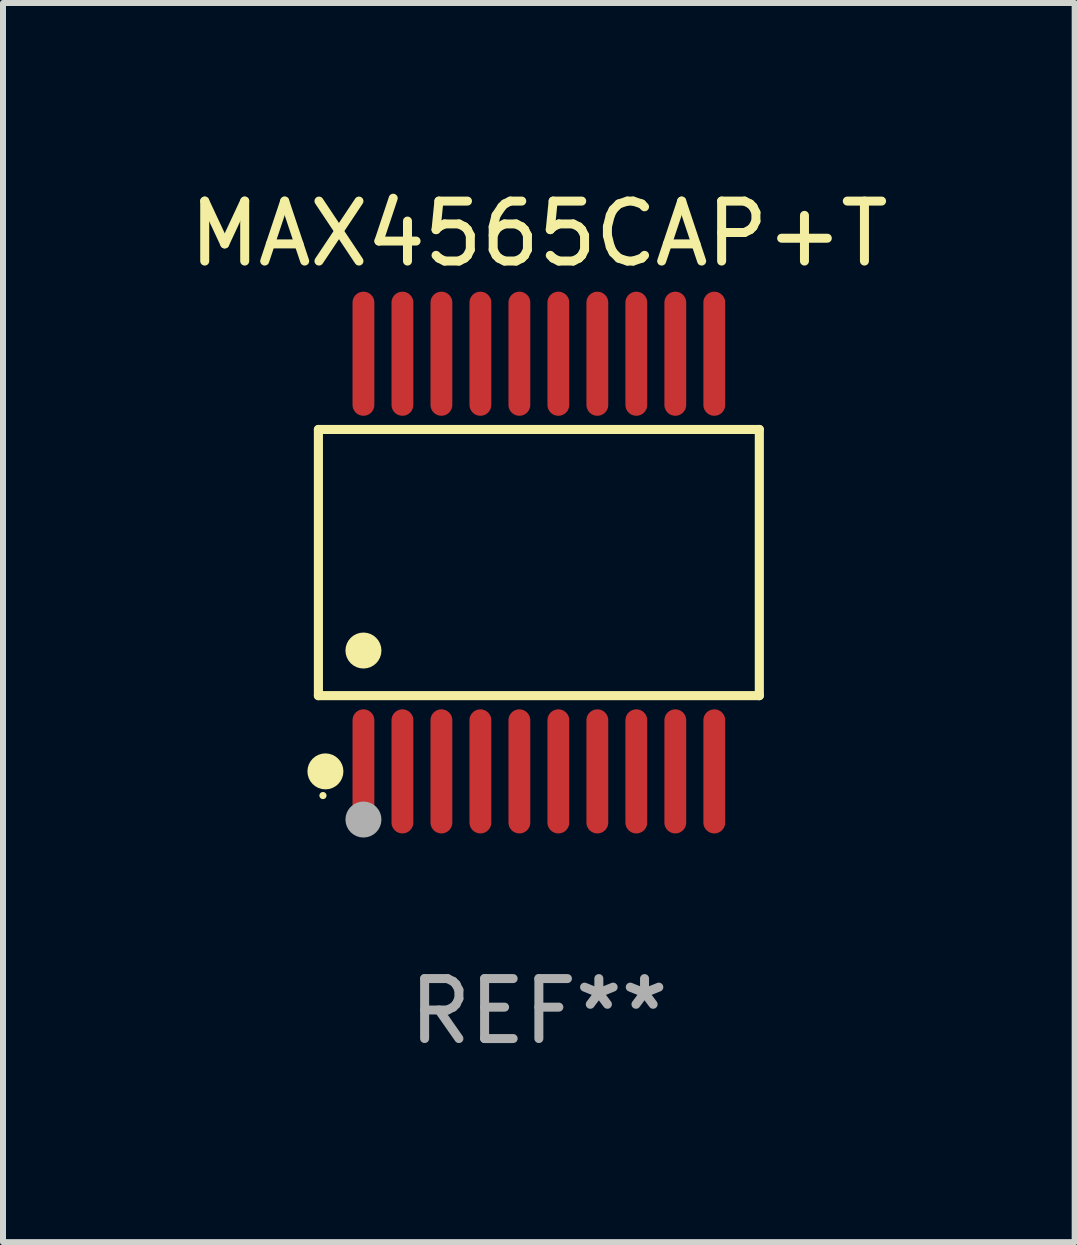
<source format=kicad_pcb>
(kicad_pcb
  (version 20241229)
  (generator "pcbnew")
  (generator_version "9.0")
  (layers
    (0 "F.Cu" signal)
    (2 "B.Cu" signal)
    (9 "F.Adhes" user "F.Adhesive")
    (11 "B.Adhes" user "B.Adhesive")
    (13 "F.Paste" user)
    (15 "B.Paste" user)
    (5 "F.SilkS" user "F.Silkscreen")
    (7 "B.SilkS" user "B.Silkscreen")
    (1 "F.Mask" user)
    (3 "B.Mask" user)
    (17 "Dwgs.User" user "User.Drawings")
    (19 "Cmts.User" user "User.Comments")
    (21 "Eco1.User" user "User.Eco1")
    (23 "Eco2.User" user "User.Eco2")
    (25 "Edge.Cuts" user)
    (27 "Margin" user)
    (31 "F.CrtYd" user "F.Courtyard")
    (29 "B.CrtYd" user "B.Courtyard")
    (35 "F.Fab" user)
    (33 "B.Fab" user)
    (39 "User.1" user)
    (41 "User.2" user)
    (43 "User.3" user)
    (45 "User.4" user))
  (footprint "MAX4565CAP+T"
    (layer "F.Cu")
    (at 5.935 6.33)
    (property "Reference" "MAX4565CAP+T" (at 0 -5.482 0) (layer "F.SilkS") (effects (font (size 1 1) (thickness 0.15))))
    (attr through_hole)
    (fp_line (start -3.676 -2.219) (end 3.676 -2.219) (stroke (width 0.152) (type solid)) (layer "F.SilkS"))
    (fp_line (start -3.676 2.219) (end -3.676 -2.219) (stroke (width 0.152) (type solid)) (layer "F.SilkS"))
    (fp_line (start 3.676 -2.219) (end 3.676 2.219) (stroke (width 0.152) (type solid)) (layer "F.SilkS"))
    (fp_line (start 3.676 2.219) (end -3.676 2.219) (stroke (width 0.152) (type solid)) (layer "F.SilkS"))
    (fp_circle (center -3.6 3.885) (end -3.57 3.885) (stroke (width 0.06) (type solid)) (fill no) (layer "F.SilkS"))
    (fp_circle (center -3.559 3.482) (end -3.409 3.482) (stroke (width 0.3) (type solid)) (fill no) (layer "F.SilkS"))
    (fp_circle (center -2.925 1.467) (end -2.775 1.467) (stroke (width 0.3) (type solid)) (fill no) (layer "F.SilkS"))
    (fp_circle (center -2.925 4.285) (end -2.775 4.285) (stroke (width 0.3) (type solid)) (fill no) (layer "F.Fab"))
    (fp_text user "REF**" (at 0 7.482 0) (layer "F.Fab") (effects (font (size 1 1) (thickness 0.15))))
    (pad "1" smd oval (at -2.925 3.482) (size 0.364 2.069) (layers "F.Cu" "F.Mask" "F.Paste"))
    (pad "2" smd oval (at -2.275 3.482) (size 0.364 2.069) (layers "F.Cu" "F.Mask" "F.Paste"))
    (pad "3" smd oval (at -1.625 3.482) (size 0.364 2.069) (layers "F.Cu" "F.Mask" "F.Paste"))
    (pad "4" smd oval (at -0.975 3.482) (size 0.364 2.069) (layers "F.Cu" "F.Mask" "F.Paste"))
    (pad "5" smd oval (at -0.325 3.482) (size 0.364 2.069) (layers "F.Cu" "F.Mask" "F.Paste"))
    (pad "6" smd oval (at 0.325 3.482) (size 0.364 2.069) (layers "F.Cu" "F.Mask" "F.Paste"))
    (pad "7" smd oval (at 0.975 3.482) (size 0.364 2.069) (layers "F.Cu" "F.Mask" "F.Paste"))
    (pad "8" smd oval (at 1.625 3.482) (size 0.364 2.069) (layers "F.Cu" "F.Mask" "F.Paste"))
    (pad "9" smd oval (at 2.275 3.482) (size 0.364 2.069) (layers "F.Cu" "F.Mask" "F.Paste"))
    (pad "10" smd oval (at 2.925 3.482) (size 0.364 2.069) (layers "F.Cu" "F.Mask" "F.Paste"))
    (pad "11" smd oval (at 2.925 -3.482) (size 0.364 2.069) (layers "F.Cu" "F.Mask" "F.Paste"))
    (pad "12" smd oval (at 2.275 -3.482) (size 0.364 2.069) (layers "F.Cu" "F.Mask" "F.Paste"))
    (pad "13" smd oval (at 1.625 -3.482) (size 0.364 2.069) (layers "F.Cu" "F.Mask" "F.Paste"))
    (pad "14" smd oval (at 0.975 -3.482) (size 0.364 2.069) (layers "F.Cu" "F.Mask" "F.Paste"))
    (pad "15" smd oval (at 0.325 -3.482) (size 0.364 2.069) (layers "F.Cu" "F.Mask" "F.Paste"))
    (pad "16" smd oval (at -0.325 -3.482) (size 0.364 2.069) (layers "F.Cu" "F.Mask" "F.Paste"))
    (pad "17" smd oval (at -0.975 -3.482) (size 0.364 2.069) (layers "F.Cu" "F.Mask" "F.Paste"))
    (pad "18" smd oval (at -1.625 -3.482) (size 0.364 2.069) (layers "F.Cu" "F.Mask" "F.Paste"))
    (pad "19" smd oval (at -2.275 -3.482) (size 0.364 2.069) (layers "F.Cu" "F.Mask" "F.Paste"))
    (pad "20" smd oval (at -2.925 -3.482) (size 0.364 2.069) (layers "F.Cu" "F.Mask" "F.Paste")))
  (gr_rect
    (start -3 -3)
    (end 14.869 17.661)
    (stroke (width 0.1) (type default))
    (fill no)
    (layer "Edge.Cuts")))
</source>
